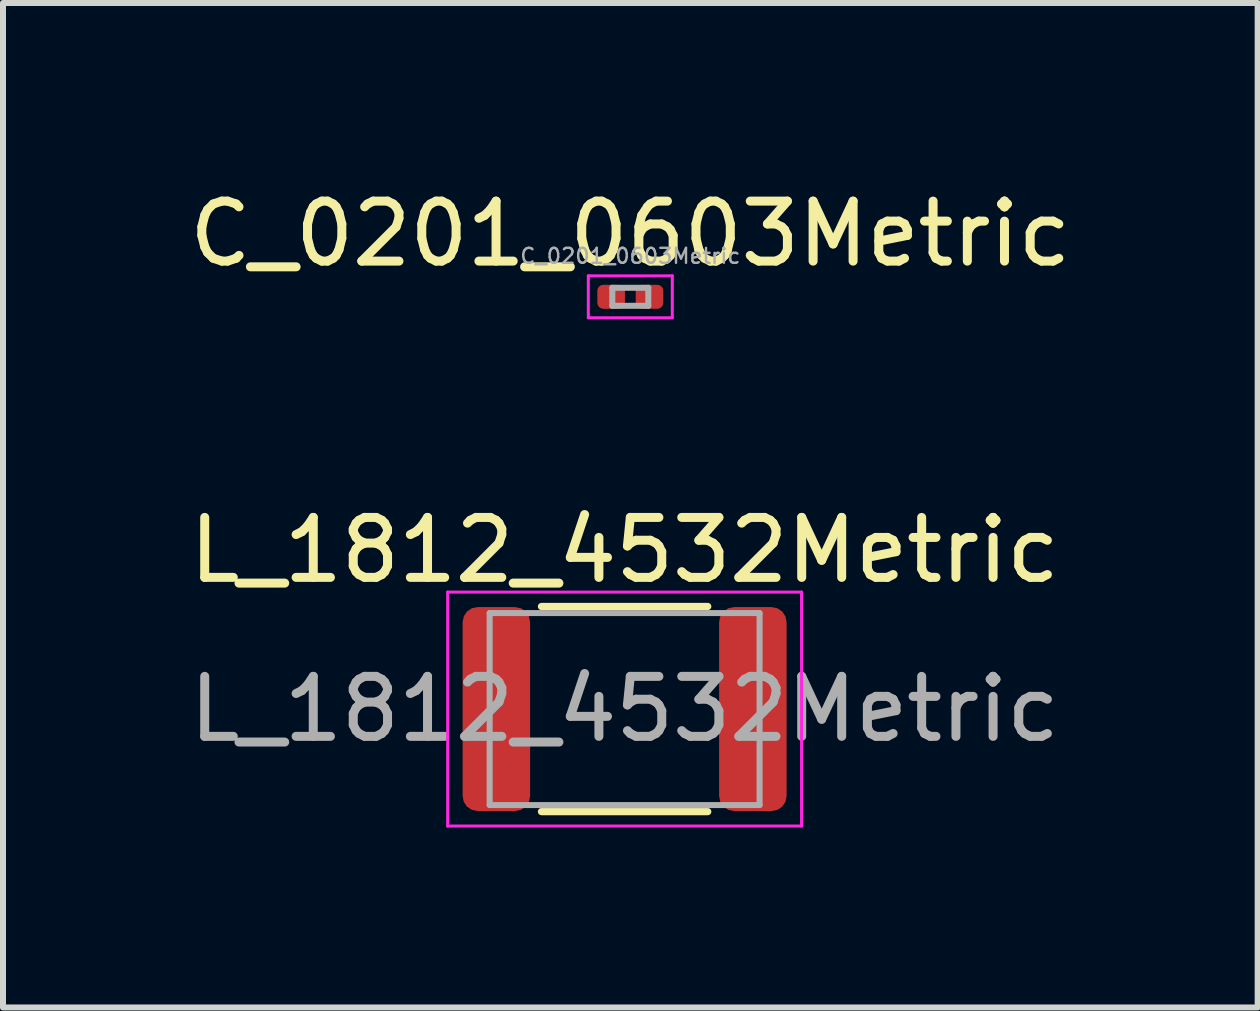
<source format=kicad_pcb>
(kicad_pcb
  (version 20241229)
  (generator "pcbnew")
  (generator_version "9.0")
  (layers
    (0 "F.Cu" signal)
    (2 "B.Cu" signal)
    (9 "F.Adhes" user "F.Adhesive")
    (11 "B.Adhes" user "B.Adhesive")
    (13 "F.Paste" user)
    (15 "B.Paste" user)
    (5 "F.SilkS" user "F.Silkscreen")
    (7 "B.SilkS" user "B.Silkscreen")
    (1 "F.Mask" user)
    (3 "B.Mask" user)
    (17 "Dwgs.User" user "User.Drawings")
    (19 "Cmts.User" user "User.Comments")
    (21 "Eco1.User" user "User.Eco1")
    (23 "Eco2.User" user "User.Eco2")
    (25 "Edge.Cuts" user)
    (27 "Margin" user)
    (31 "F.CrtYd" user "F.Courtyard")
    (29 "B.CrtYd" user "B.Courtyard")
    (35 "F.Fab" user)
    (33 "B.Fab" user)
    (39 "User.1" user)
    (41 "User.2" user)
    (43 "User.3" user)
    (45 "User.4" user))
  (footprint "C_0201_0603Metric"
    (layer "F.Cu")
    (at 7.458 1.898)
    (property "Reference" "C_0201_0603Metric" (at 0 -1.05 0) (layer "F.SilkS") (effects (font (size 1 1) (thickness 0.15))))
    (attr smd)
    (fp_line (start -0.7 -0.35) (end 0.7 -0.35) (stroke (width 0.05) (type solid)) (layer "F.CrtYd"))
    (fp_line (start -0.7 0.35) (end -0.7 -0.35) (stroke (width 0.05) (type solid)) (layer "F.CrtYd"))
    (fp_line (start 0.7 -0.35) (end 0.7 0.35) (stroke (width 0.05) (type solid)) (layer "F.CrtYd"))
    (fp_line (start 0.7 0.35) (end -0.7 0.35) (stroke (width 0.05) (type solid)) (layer "F.CrtYd"))
    (fp_line (start -0.3 -0.15) (end 0.3 -0.15) (stroke (width 0.1) (type solid)) (layer "F.Fab"))
    (fp_line (start -0.3 0.15) (end -0.3 -0.15) (stroke (width 0.1) (type solid)) (layer "F.Fab"))
    (fp_line (start 0.3 -0.15) (end 0.3 0.15) (stroke (width 0.1) (type solid)) (layer "F.Fab"))
    (fp_line (start 0.3 0.15) (end -0.3 0.15) (stroke (width 0.1) (type solid)) (layer "F.Fab"))
    (fp_text user "${REFERENCE}" (at 0 -0.68 0) (layer "F.Fab") (effects (font (size 0.25 0.25) (thickness 0.04))))
    (pad "" smd roundrect (at -0.345 0) (size 0.318 0.36) (layers "F.Paste") (roundrect_rratio 0.25))
    (pad "" smd roundrect (at 0.345 0) (size 0.318 0.36) (layers "F.Paste") (roundrect_rratio 0.25))
    (pad "1" smd roundrect (at -0.32 0) (size 0.46 0.4) (layers "F.Cu" "F.Mask") (roundrect_rratio 0.25))
    (pad "2" smd roundrect (at 0.32 0) (size 0.46 0.4) (layers "F.Cu" "F.Mask") (roundrect_rratio 0.25)))
  (footprint "L_1812_4532Metric"
    (layer "F.Cu")
    (at 7.363 8.771)
    (property "Reference" "L_1812_4532Metric" (at 0 -2.65 0) (layer "F.SilkS") (effects (font (size 1 1) (thickness 0.15))))
    (attr smd)
    (fp_line (start -1.386 -1.71) (end 1.386 -1.71) (stroke (width 0.12) (type solid)) (layer "F.SilkS"))
    (fp_line (start -1.386 1.71) (end 1.386 1.71) (stroke (width 0.12) (type solid)) (layer "F.SilkS"))
    (fp_line (start -2.95 -1.95) (end 2.95 -1.95) (stroke (width 0.05) (type solid)) (layer "F.CrtYd"))
    (fp_line (start -2.95 1.95) (end -2.95 -1.95) (stroke (width 0.05) (type solid)) (layer "F.CrtYd"))
    (fp_line (start 2.95 -1.95) (end 2.95 1.95) (stroke (width 0.05) (type solid)) (layer "F.CrtYd"))
    (fp_line (start 2.95 1.95) (end -2.95 1.95) (stroke (width 0.05) (type solid)) (layer "F.CrtYd"))
    (fp_line (start -2.25 -1.6) (end 2.25 -1.6) (stroke (width 0.1) (type solid)) (layer "F.Fab"))
    (fp_line (start -2.25 1.6) (end -2.25 -1.6) (stroke (width 0.1) (type solid)) (layer "F.Fab"))
    (fp_line (start 2.25 -1.6) (end 2.25 1.6) (stroke (width 0.1) (type solid)) (layer "F.Fab"))
    (fp_line (start 2.25 1.6) (end -2.25 1.6) (stroke (width 0.1) (type solid)) (layer "F.Fab"))
    (fp_text user "${REFERENCE}" (at 0 0 0) (layer "F.Fab") (effects (font (size 1 1) (thickness 0.15))))
    (pad "1" smd roundrect (at -2.138 0) (size 1.125 3.4) (layers "F.Cu" "F.Mask" "F.Paste") (roundrect_rratio 0.222))
    (pad "2" smd roundrect (at 2.138 0) (size 1.125 3.4) (layers "F.Cu" "F.Mask" "F.Paste") (roundrect_rratio 0.222)))
  (gr_rect
    (start -3 -3)
    (end 17.917 13.746)
    (stroke (width 0.1) (type default))
    (fill no)
    (layer "Edge.Cuts")))
</source>
